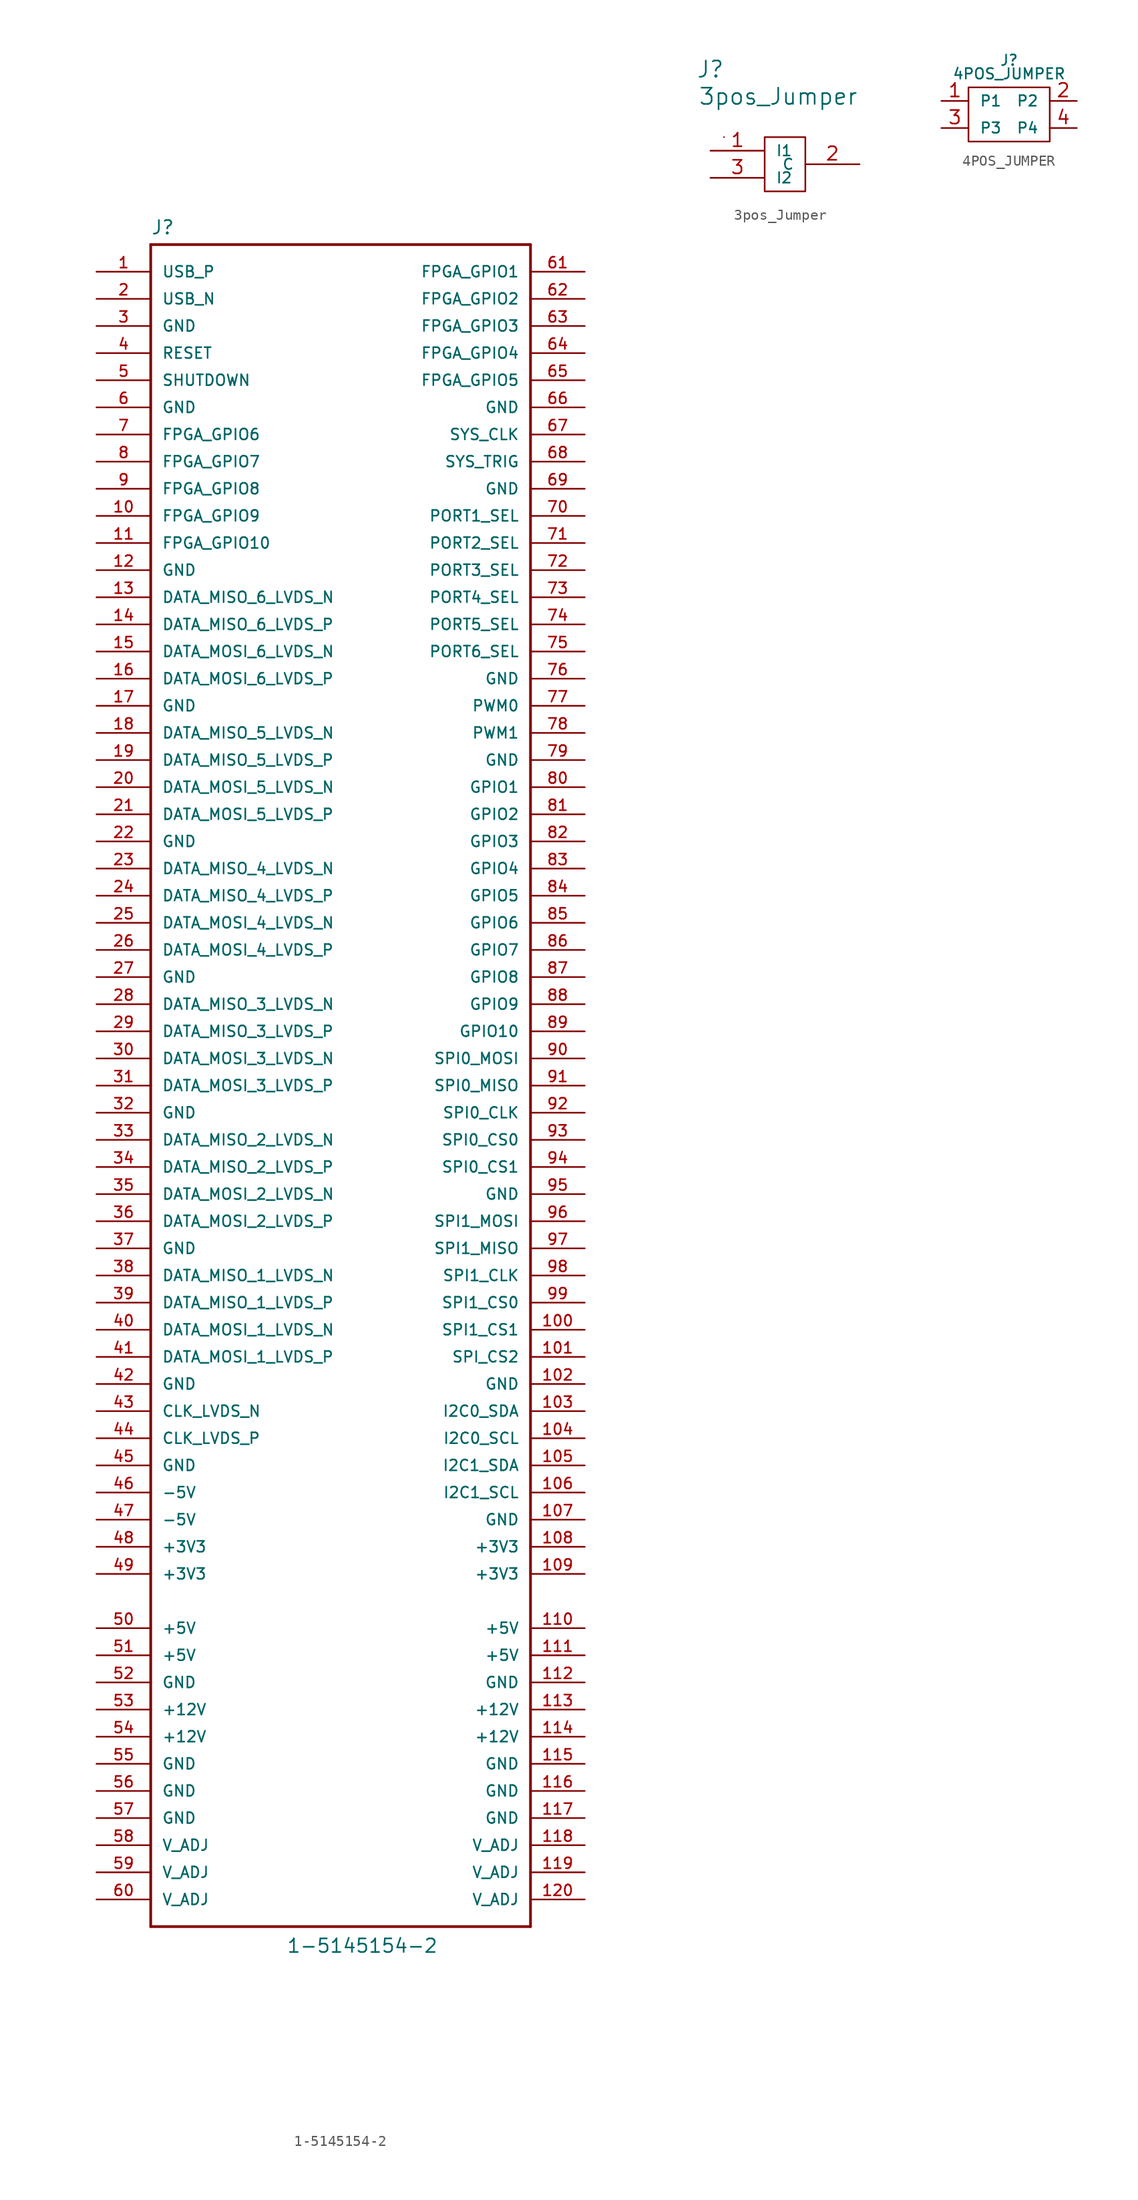
<source format=kicad_sym>
(kicad_symbol_lib
  (version 20211014)
  (generator kicad_symbol_editor)
  (symbol "1-5145154-2"
    (pin_names
      (offset 1.016))
    (property "Reference" "J"
      (at -7.62 79.604 0)
      (effects (font (size 1.27 1.27)) (justify left bottom)))
    (property "Value" "1-5145154-2"
      (at 5.08 -81.28 0)
      (effects (font (size 1.27 1.27)) (justify left bottom)))
    (symbol "1-5145154-2_0_0"
      (polyline (pts (xy -7.62 -78.74) (xy 27.94 -78.74)) (stroke (width 0.254) (type default) (color 0 0 0 0)) (fill (type none)))
      (polyline (pts (xy -7.62 78.74) (xy -7.62 -78.74)) (stroke (width 0.254) (type default) (color 0 0 0 0)) (fill (type none)))
      (polyline (pts (xy 27.94 -78.74) (xy 27.94 78.74)) (stroke (width 0.254) (type default) (color 0 0 0 0)) (fill (type none)))
      (polyline (pts (xy 27.94 78.74) (xy -7.62 78.74)) (stroke (width 0.254) (type default) (color 0 0 0 0)) (fill (type none)))
      (pin passive line (at -12.7 76.2 0) (length 5.08) (name "USB_P" (effects (font (size 1.016 1.016)))) (number "1" (effects (font (size 1.016 1.016)))))
      (pin passive line (at -12.7 53.34 0) (length 5.08) (name "FPGA_GPIO9" (effects (font (size 1.016 1.016)))) (number "10" (effects (font (size 1.016 1.016)))))
      (pin passive line (at 33.02 -22.86 180) (length 5.08) (name "SPI1_CS1" (effects (font (size 1.016 1.016)))) (number "100" (effects (font (size 1.016 1.016)))))
      (pin passive line (at 33.02 -25.4 180) (length 5.08) (name "SPI_CS2" (effects (font (size 1.016 1.016)))) (number "101" (effects (font (size 1.016 1.016)))))
      (pin passive line (at 33.02 -27.94 180) (length 5.08) (name "GND" (effects (font (size 1.016 1.016)))) (number "102" (effects (font (size 1.016 1.016)))))
      (pin passive line (at 33.02 -30.48 180) (length 5.08) (name "I2C0_SDA" (effects (font (size 1.016 1.016)))) (number "103" (effects (font (size 1.016 1.016)))))
      (pin passive line (at 33.02 -33.02 180) (length 5.08) (name "I2C0_SCL" (effects (font (size 1.016 1.016)))) (number "104" (effects (font (size 1.016 1.016)))))
      (pin passive line (at 33.02 -35.56 180) (length 5.08) (name "I2C1_SDA" (effects (font (size 1.016 1.016)))) (number "105" (effects (font (size 1.016 1.016)))))
      (pin passive line (at 33.02 -38.1 180) (length 5.08) (name "I2C1_SCL" (effects (font (size 1.016 1.016)))) (number "106" (effects (font (size 1.016 1.016)))))
      (pin passive line (at 33.02 -40.64 180) (length 5.08) (name "GND" (effects (font (size 1.016 1.016)))) (number "107" (effects (font (size 1.016 1.016)))))
      (pin passive line (at 33.02 -43.18 180) (length 5.08) (name "+3V3" (effects (font (size 1.016 1.016)))) (number "108" (effects (font (size 1.016 1.016)))))
      (pin passive line (at 33.02 -45.72 180) (length 5.08) (name "+3V3" (effects (font (size 1.016 1.016)))) (number "109" (effects (font (size 1.016 1.016)))))
      (pin passive line (at -12.7 50.8 0) (length 5.08) (name "FPGA_GPIO10" (effects (font (size 1.016 1.016)))) (number "11" (effects (font (size 1.016 1.016)))))
      (pin passive line (at 33.02 -50.8 180) (length 5.08) (name "+5V" (effects (font (size 1.016 1.016)))) (number "110" (effects (font (size 1.016 1.016)))))
      (pin passive line (at 33.02 -53.34 180) (length 5.08) (name "+5V" (effects (font (size 1.016 1.016)))) (number "111" (effects (font (size 1.016 1.016)))))
      (pin passive line (at 33.02 -55.88 180) (length 5.08) (name "GND" (effects (font (size 1.016 1.016)))) (number "112" (effects (font (size 1.016 1.016)))))
      (pin passive line (at 33.02 -58.42 180) (length 5.08) (name "+12V" (effects (font (size 1.016 1.016)))) (number "113" (effects (font (size 1.016 1.016)))))
      (pin passive line (at 33.02 -60.96 180) (length 5.08) (name "+12V" (effects (font (size 1.016 1.016)))) (number "114" (effects (font (size 1.016 1.016)))))
      (pin passive line (at 33.02 -63.5 180) (length 5.08) (name "GND" (effects (font (size 1.016 1.016)))) (number "115" (effects (font (size 1.016 1.016)))))
      (pin passive line (at 33.02 -66.04 180) (length 5.08) (name "GND" (effects (font (size 1.016 1.016)))) (number "116" (effects (font (size 1.016 1.016)))))
      (pin passive line (at 33.02 -68.58 180) (length 5.08) (name "GND" (effects (font (size 1.016 1.016)))) (number "117" (effects (font (size 1.016 1.016)))))
      (pin passive line (at 33.02 -71.12 180) (length 5.08) (name "V_ADJ" (effects (font (size 1.016 1.016)))) (number "118" (effects (font (size 1.016 1.016)))))
      (pin passive line (at 33.02 -73.66 180) (length 5.08) (name "V_ADJ" (effects (font (size 1.016 1.016)))) (number "119" (effects (font (size 1.016 1.016)))))
      (pin passive line (at -12.7 48.26 0) (length 5.08) (name "GND" (effects (font (size 1.016 1.016)))) (number "12" (effects (font (size 1.016 1.016)))))
      (pin passive line (at 33.02 -76.2 180) (length 5.08) (name "V_ADJ" (effects (font (size 1.016 1.016)))) (number "120" (effects (font (size 1.016 1.016)))))
      (pin passive line (at -12.7 45.72 0) (length 5.08) (name "DATA_MISO_6_LVDS_N" (effects (font (size 1.016 1.016)))) (number "13" (effects (font (size 1.016 1.016)))))
      (pin passive line (at -12.7 43.18 0) (length 5.08) (name "DATA_MISO_6_LVDS_P" (effects (font (size 1.016 1.016)))) (number "14" (effects (font (size 1.016 1.016)))))
      (pin passive line (at -12.7 40.64 0) (length 5.08) (name "DATA_MOSI_6_LVDS_N" (effects (font (size 1.016 1.016)))) (number "15" (effects (font (size 1.016 1.016)))))
      (pin passive line (at -12.7 38.1 0) (length 5.08) (name "DATA_MOSI_6_LVDS_P" (effects (font (size 1.016 1.016)))) (number "16" (effects (font (size 1.016 1.016)))))
      (pin passive line (at -12.7 35.56 0) (length 5.08) (name "GND" (effects (font (size 1.016 1.016)))) (number "17" (effects (font (size 1.016 1.016)))))
      (pin passive line (at -12.7 33.02 0) (length 5.08) (name "DATA_MISO_5_LVDS_N" (effects (font (size 1.016 1.016)))) (number "18" (effects (font (size 1.016 1.016)))))
      (pin passive line (at -12.7 30.48 0) (length 5.08) (name "DATA_MISO_5_LVDS_P" (effects (font (size 1.016 1.016)))) (number "19" (effects (font (size 1.016 1.016)))))
      (pin passive line (at -12.7 73.66 0) (length 5.08) (name "USB_N" (effects (font (size 1.016 1.016)))) (number "2" (effects (font (size 1.016 1.016)))))
      (pin passive line (at -12.7 27.94 0) (length 5.08) (name "DATA_MOSI_5_LVDS_N" (effects (font (size 1.016 1.016)))) (number "20" (effects (font (size 1.016 1.016)))))
      (pin passive line (at -12.7 25.4 0) (length 5.08) (name "DATA_MOSI_5_LVDS_P" (effects (font (size 1.016 1.016)))) (number "21" (effects (font (size 1.016 1.016)))))
      (pin passive line (at -12.7 22.86 0) (length 5.08) (name "GND" (effects (font (size 1.016 1.016)))) (number "22" (effects (font (size 1.016 1.016)))))
      (pin passive line (at -12.7 20.32 0) (length 5.08) (name "DATA_MISO_4_LVDS_N" (effects (font (size 1.016 1.016)))) (number "23" (effects (font (size 1.016 1.016)))))
      (pin passive line (at -12.7 17.78 0) (length 5.08) (name "DATA_MISO_4_LVDS_P" (effects (font (size 1.016 1.016)))) (number "24" (effects (font (size 1.016 1.016)))))
      (pin passive line (at -12.7 15.24 0) (length 5.08) (name "DATA_MOSI_4_LVDS_N" (effects (font (size 1.016 1.016)))) (number "25" (effects (font (size 1.016 1.016)))))
      (pin passive line (at -12.7 12.7 0) (length 5.08) (name "DATA_MOSI_4_LVDS_P" (effects (font (size 1.016 1.016)))) (number "26" (effects (font (size 1.016 1.016)))))
      (pin passive line (at -12.7 10.16 0) (length 5.08) (name "GND" (effects (font (size 1.016 1.016)))) (number "27" (effects (font (size 1.016 1.016)))))
      (pin passive line (at -12.7 7.62 0) (length 5.08) (name "DATA_MISO_3_LVDS_N" (effects (font (size 1.016 1.016)))) (number "28" (effects (font (size 1.016 1.016)))))
      (pin passive line (at -12.7 5.08 0) (length 5.08) (name "DATA_MISO_3_LVDS_P" (effects (font (size 1.016 1.016)))) (number "29" (effects (font (size 1.016 1.016)))))
      (pin passive line (at -12.7 71.12 0) (length 5.08) (name "GND" (effects (font (size 1.016 1.016)))) (number "3" (effects (font (size 1.016 1.016)))))
      (pin passive line (at -12.7 2.54 0) (length 5.08) (name "DATA_MOSI_3_LVDS_N" (effects (font (size 1.016 1.016)))) (number "30" (effects (font (size 1.016 1.016)))))
      (pin passive line (at -12.7 0 0) (length 5.08) (name "DATA_MOSI_3_LVDS_P" (effects (font (size 1.016 1.016)))) (number "31" (effects (font (size 1.016 1.016)))))
      (pin passive line (at -12.7 -2.54 0) (length 5.08) (name "GND" (effects (font (size 1.016 1.016)))) (number "32" (effects (font (size 1.016 1.016)))))
      (pin passive line (at -12.7 -5.08 0) (length 5.08) (name "DATA_MISO_2_LVDS_N" (effects (font (size 1.016 1.016)))) (number "33" (effects (font (size 1.016 1.016)))))
      (pin passive line (at -12.7 -7.62 0) (length 5.08) (name "DATA_MISO_2_LVDS_P" (effects (font (size 1.016 1.016)))) (number "34" (effects (font (size 1.016 1.016)))))
      (pin passive line (at -12.7 -10.16 0) (length 5.08) (name "DATA_MOSI_2_LVDS_N" (effects (font (size 1.016 1.016)))) (number "35" (effects (font (size 1.016 1.016)))))
      (pin passive line (at -12.7 -12.7 0) (length 5.08) (name "DATA_MOSI_2_LVDS_P" (effects (font (size 1.016 1.016)))) (number "36" (effects (font (size 1.016 1.016)))))
      (pin passive line (at -12.7 -15.24 0) (length 5.08) (name "GND" (effects (font (size 1.016 1.016)))) (number "37" (effects (font (size 1.016 1.016)))))
      (pin passive line (at -12.7 -17.78 0) (length 5.08) (name "DATA_MISO_1_LVDS_N" (effects (font (size 1.016 1.016)))) (number "38" (effects (font (size 1.016 1.016)))))
      (pin passive line (at -12.7 -20.32 0) (length 5.08) (name "DATA_MISO_1_LVDS_P" (effects (font (size 1.016 1.016)))) (number "39" (effects (font (size 1.016 1.016)))))
      (pin passive line (at -12.7 68.58 0) (length 5.08) (name "RESET" (effects (font (size 1.016 1.016)))) (number "4" (effects (font (size 1.016 1.016)))))
      (pin passive line (at -12.7 -22.86 0) (length 5.08) (name "DATA_MOSI_1_LVDS_N" (effects (font (size 1.016 1.016)))) (number "40" (effects (font (size 1.016 1.016)))))
      (pin passive line (at -12.7 -25.4 0) (length 5.08) (name "DATA_MOSI_1_LVDS_P" (effects (font (size 1.016 1.016)))) (number "41" (effects (font (size 1.016 1.016)))))
      (pin passive line (at -12.7 -27.94 0) (length 5.08) (name "GND" (effects (font (size 1.016 1.016)))) (number "42" (effects (font (size 1.016 1.016)))))
      (pin passive line (at -12.7 -30.48 0) (length 5.08) (name "CLK_LVDS_N" (effects (font (size 1.016 1.016)))) (number "43" (effects (font (size 1.016 1.016)))))
      (pin passive line (at -12.7 -33.02 0) (length 5.08) (name "CLK_LVDS_P" (effects (font (size 1.016 1.016)))) (number "44" (effects (font (size 1.016 1.016)))))
      (pin passive line (at -12.7 -35.56 0) (length 5.08) (name "GND" (effects (font (size 1.016 1.016)))) (number "45" (effects (font (size 1.016 1.016)))))
      (pin passive line (at -12.7 -38.1 0) (length 5.08) (name "-5V" (effects (font (size 1.016 1.016)))) (number "46" (effects (font (size 1.016 1.016)))))
      (pin passive line (at -12.7 -40.64 0) (length 5.08) (name "-5V" (effects (font (size 1.016 1.016)))) (number "47" (effects (font (size 1.016 1.016)))))
      (pin passive line (at -12.7 -43.18 0) (length 5.08) (name "+3V3" (effects (font (size 1.016 1.016)))) (number "48" (effects (font (size 1.016 1.016)))))
      (pin passive line (at -12.7 -45.72 0) (length 5.08) (name "+3V3" (effects (font (size 1.016 1.016)))) (number "49" (effects (font (size 1.016 1.016)))))
      (pin passive line (at -12.7 66.04 0) (length 5.08) (name "SHUTDOWN" (effects (font (size 1.016 1.016)))) (number "5" (effects (font (size 1.016 1.016)))))
      (pin passive line (at -12.7 -50.8 0) (length 5.08) (name "+5V" (effects (font (size 1.016 1.016)))) (number "50" (effects (font (size 1.016 1.016)))))
      (pin passive line (at -12.7 -53.34 0) (length 5.08) (name "+5V" (effects (font (size 1.016 1.016)))) (number "51" (effects (font (size 1.016 1.016)))))
      (pin passive line (at -12.7 -55.88 0) (length 5.08) (name "GND" (effects (font (size 1.016 1.016)))) (number "52" (effects (font (size 1.016 1.016)))))
      (pin passive line (at -12.7 -58.42 0) (length 5.08) (name "+12V" (effects (font (size 1.016 1.016)))) (number "53" (effects (font (size 1.016 1.016)))))
      (pin passive line (at -12.7 -60.96 0) (length 5.08) (name "+12V" (effects (font (size 1.016 1.016)))) (number "54" (effects (font (size 1.016 1.016)))))
      (pin passive line (at -12.7 -63.5 0) (length 5.08) (name "GND" (effects (font (size 1.016 1.016)))) (number "55" (effects (font (size 1.016 1.016)))))
      (pin passive line (at -12.7 -66.04 0) (length 5.08) (name "GND" (effects (font (size 1.016 1.016)))) (number "56" (effects (font (size 1.016 1.016)))))
      (pin passive line (at -12.7 -68.58 0) (length 5.08) (name "GND" (effects (font (size 1.016 1.016)))) (number "57" (effects (font (size 1.016 1.016)))))
      (pin passive line (at -12.7 -71.12 0) (length 5.08) (name "V_ADJ" (effects (font (size 1.016 1.016)))) (number "58" (effects (font (size 1.016 1.016)))))
      (pin passive line (at -12.7 -73.66 0) (length 5.08) (name "V_ADJ" (effects (font (size 1.016 1.016)))) (number "59" (effects (font (size 1.016 1.016)))))
      (pin passive line (at -12.7 63.5 0) (length 5.08) (name "GND" (effects (font (size 1.016 1.016)))) (number "6" (effects (font (size 1.016 1.016)))))
      (pin passive line (at -12.7 -76.2 0) (length 5.08) (name "V_ADJ" (effects (font (size 1.016 1.016)))) (number "60" (effects (font (size 1.016 1.016)))))
      (pin passive line (at 33.02 76.2 180) (length 5.08) (name "FPGA_GPIO1" (effects (font (size 1.016 1.016)))) (number "61" (effects (font (size 1.016 1.016)))))
      (pin passive line (at 33.02 73.66 180) (length 5.08) (name "FPGA_GPIO2" (effects (font (size 1.016 1.016)))) (number "62" (effects (font (size 1.016 1.016)))))
      (pin passive line (at 33.02 71.12 180) (length 5.08) (name "FPGA_GPIO3" (effects (font (size 1.016 1.016)))) (number "63" (effects (font (size 1.016 1.016)))))
      (pin passive line (at 33.02 68.58 180) (length 5.08) (name "FPGA_GPIO4" (effects (font (size 1.016 1.016)))) (number "64" (effects (font (size 1.016 1.016)))))
      (pin passive line (at 33.02 66.04 180) (length 5.08) (name "FPGA_GPIO5" (effects (font (size 1.016 1.016)))) (number "65" (effects (font (size 1.016 1.016)))))
      (pin passive line (at 33.02 63.5 180) (length 5.08) (name "GND" (effects (font (size 1.016 1.016)))) (number "66" (effects (font (size 1.016 1.016)))))
      (pin passive line (at 33.02 60.96 180) (length 5.08) (name "SYS_CLK" (effects (font (size 1.016 1.016)))) (number "67" (effects (font (size 1.016 1.016)))))
      (pin passive line (at 33.02 58.42 180) (length 5.08) (name "SYS_TRIG" (effects (font (size 1.016 1.016)))) (number "68" (effects (font (size 1.016 1.016)))))
      (pin passive line (at 33.02 55.88 180) (length 5.08) (name "GND" (effects (font (size 1.016 1.016)))) (number "69" (effects (font (size 1.016 1.016)))))
      (pin passive line (at -12.7 60.96 0) (length 5.08) (name "FPGA_GPIO6" (effects (font (size 1.016 1.016)))) (number "7" (effects (font (size 1.016 1.016)))))
      (pin passive line (at 33.02 53.34 180) (length 5.08) (name "PORT1_SEL" (effects (font (size 1.016 1.016)))) (number "70" (effects (font (size 1.016 1.016)))))
      (pin passive line (at 33.02 50.8 180) (length 5.08) (name "PORT2_SEL" (effects (font (size 1.016 1.016)))) (number "71" (effects (font (size 1.016 1.016)))))
      (pin passive line (at 33.02 48.26 180) (length 5.08) (name "PORT3_SEL" (effects (font (size 1.016 1.016)))) (number "72" (effects (font (size 1.016 1.016)))))
      (pin passive line (at 33.02 45.72 180) (length 5.08) (name "PORT4_SEL" (effects (font (size 1.016 1.016)))) (number "73" (effects (font (size 1.016 1.016)))))
      (pin passive line (at 33.02 43.18 180) (length 5.08) (name "PORT5_SEL" (effects (font (size 1.016 1.016)))) (number "74" (effects (font (size 1.016 1.016)))))
      (pin passive line (at 33.02 40.64 180) (length 5.08) (name "PORT6_SEL" (effects (font (size 1.016 1.016)))) (number "75" (effects (font (size 1.016 1.016)))))
      (pin passive line (at 33.02 38.1 180) (length 5.08) (name "GND" (effects (font (size 1.016 1.016)))) (number "76" (effects (font (size 1.016 1.016)))))
      (pin passive line (at 33.02 35.56 180) (length 5.08) (name "PWM0" (effects (font (size 1.016 1.016)))) (number "77" (effects (font (size 1.016 1.016)))))
      (pin passive line (at 33.02 33.02 180) (length 5.08) (name "PWM1" (effects (font (size 1.016 1.016)))) (number "78" (effects (font (size 1.016 1.016)))))
      (pin passive line (at 33.02 30.48 180) (length 5.08) (name "GND" (effects (font (size 1.016 1.016)))) (number "79" (effects (font (size 1.016 1.016)))))
      (pin passive line (at -12.7 58.42 0) (length 5.08) (name "FPGA_GPIO7" (effects (font (size 1.016 1.016)))) (number "8" (effects (font (size 1.016 1.016)))))
      (pin passive line (at 33.02 27.94 180) (length 5.08) (name "GPIO1" (effects (font (size 1.016 1.016)))) (number "80" (effects (font (size 1.016 1.016)))))
      (pin passive line (at 33.02 25.4 180) (length 5.08) (name "GPIO2" (effects (font (size 1.016 1.016)))) (number "81" (effects (font (size 1.016 1.016)))))
      (pin passive line (at 33.02 22.86 180) (length 5.08) (name "GPIO3" (effects (font (size 1.016 1.016)))) (number "82" (effects (font (size 1.016 1.016)))))
      (pin passive line (at 33.02 20.32 180) (length 5.08) (name "GPIO4" (effects (font (size 1.016 1.016)))) (number "83" (effects (font (size 1.016 1.016)))))
      (pin passive line (at 33.02 17.78 180) (length 5.08) (name "GPIO5" (effects (font (size 1.016 1.016)))) (number "84" (effects (font (size 1.016 1.016)))))
      (pin passive line (at 33.02 15.24 180) (length 5.08) (name "GPIO6" (effects (font (size 1.016 1.016)))) (number "85" (effects (font (size 1.016 1.016)))))
      (pin passive line (at 33.02 12.7 180) (length 5.08) (name "GPIO7" (effects (font (size 1.016 1.016)))) (number "86" (effects (font (size 1.016 1.016)))))
      (pin passive line (at 33.02 10.16 180) (length 5.08) (name "GPIO8" (effects (font (size 1.016 1.016)))) (number "87" (effects (font (size 1.016 1.016)))))
      (pin passive line (at 33.02 7.62 180) (length 5.08) (name "GPIO9" (effects (font (size 1.016 1.016)))) (number "88" (effects (font (size 1.016 1.016)))))
      (pin passive line (at 33.02 5.08 180) (length 5.08) (name "GPIO10" (effects (font (size 1.016 1.016)))) (number "89" (effects (font (size 1.016 1.016)))))
      (pin passive line (at -12.7 55.88 0) (length 5.08) (name "FPGA_GPIO8" (effects (font (size 1.016 1.016)))) (number "9" (effects (font (size 1.016 1.016)))))
      (pin passive line (at 33.02 2.54 180) (length 5.08) (name "SPI0_MOSI" (effects (font (size 1.016 1.016)))) (number "90" (effects (font (size 1.016 1.016)))))
      (pin passive line (at 33.02 0 180) (length 5.08) (name "SPI0_MISO" (effects (font (size 1.016 1.016)))) (number "91" (effects (font (size 1.016 1.016)))))
      (pin passive line (at 33.02 -2.54 180) (length 5.08) (name "SPI0_CLK" (effects (font (size 1.016 1.016)))) (number "92" (effects (font (size 1.016 1.016)))))
      (pin passive line (at 33.02 -5.08 180) (length 5.08) (name "SPI0_CS0" (effects (font (size 1.016 1.016)))) (number "93" (effects (font (size 1.016 1.016)))))
      (pin passive line (at 33.02 -7.62 180) (length 5.08) (name "SPI0_CS1" (effects (font (size 1.016 1.016)))) (number "94" (effects (font (size 1.016 1.016)))))
      (pin passive line (at 33.02 -10.16 180) (length 5.08) (name "GND" (effects (font (size 1.016 1.016)))) (number "95" (effects (font (size 1.016 1.016)))))
      (pin passive line (at 33.02 -12.7 180) (length 5.08) (name "SPI1_MOSI" (effects (font (size 1.016 1.016)))) (number "96" (effects (font (size 1.016 1.016)))))
      (pin passive line (at 33.02 -15.24 180) (length 5.08) (name "SPI1_MISO" (effects (font (size 1.016 1.016)))) (number "97" (effects (font (size 1.016 1.016)))))
      (pin passive line (at 33.02 -17.78 180) (length 5.08) (name "SPI1_CLK" (effects (font (size 1.016 1.016)))) (number "98" (effects (font (size 1.016 1.016)))))
      (pin passive line (at 33.02 -20.32 180) (length 5.08) (name "SPI1_CS0" (effects (font (size 1.016 1.016)))) (number "99" (effects (font (size 1.016 1.016)))))))
  (symbol "3pos_Jumper"
    (pin_names
      (offset 1.016))
    (property "Reference" "J"
      (at -6.35 2.54 0)
      (effects (font (size 1.524 1.524))))
    (property "Value" "3pos_Jumper"
      (at 0 0 0)
      (effects (font (size 1.524 1.524))))
    (symbol "3pos_Jumper_0_1"
      (rectangle (start -5.08 -3.81) (end -5.08 -3.81) (stroke (width 0) (type default) (color 0 0 0 0)) (fill (type none)))
      (rectangle (start -1.27 -3.81) (end 2.54 -8.89) (stroke (width 0) (type default) (color 0 0 0 0)) (fill (type none))))
    (symbol "3pos_Jumper_1_1"
      (pin input line (at -6.35 -5.08 0) (length 5.08) (name "I1" (effects (font (size 0.991 0.991)))) (number "1" (effects (font (size 1.27 1.27)))))
      (pin input line (at 7.62 -6.35 180) (length 5.08) (name "C" (effects (font (size 0.991 0.991)))) (number "2" (effects (font (size 1.27 1.27)))))
      (pin input line (at -6.35 -7.62 0) (length 5.08) (name "I2" (effects (font (size 0.991 0.991)))) (number "3" (effects (font (size 1.27 1.27)))))))
  (symbol "4POS_JUMPER"
    (pin_names
      (offset 1.016))
    (property "Reference" "J"
      (at 0 0 0)
      (effects (font (size 0.991 0.991))))
    (property "Value" "4POS_JUMPER"
      (at 0 -1.27 0)
      (effects (font (size 0.991 0.991))))
    (symbol "4POS_JUMPER_0_1"
      (rectangle (start -3.81 -2.54) (end 3.81 -7.62) (stroke (width 0) (type default) (color 0 0 0 0)) (fill (type none))))
    (symbol "4POS_JUMPER_1_1"
      (pin input line (at -6.35 -3.81 0) (length 2.54) (name "P1" (effects (font (size 0.991 0.991)))) (number "1" (effects (font (size 1.27 1.27)))))
      (pin input line (at 6.35 -3.81 180) (length 2.54) (name "P2" (effects (font (size 0.991 0.991)))) (number "2" (effects (font (size 1.27 1.27)))))
      (pin input line (at -6.35 -6.35 0) (length 2.54) (name "P3" (effects (font (size 0.991 0.991)))) (number "3" (effects (font (size 1.27 1.27)))))
      (pin input line (at 6.35 -6.35 180) (length 2.54) (name "P4" (effects (font (size 0.991 0.991)))) (number "4" (effects (font (size 1.27 1.27))))))))
</source>
